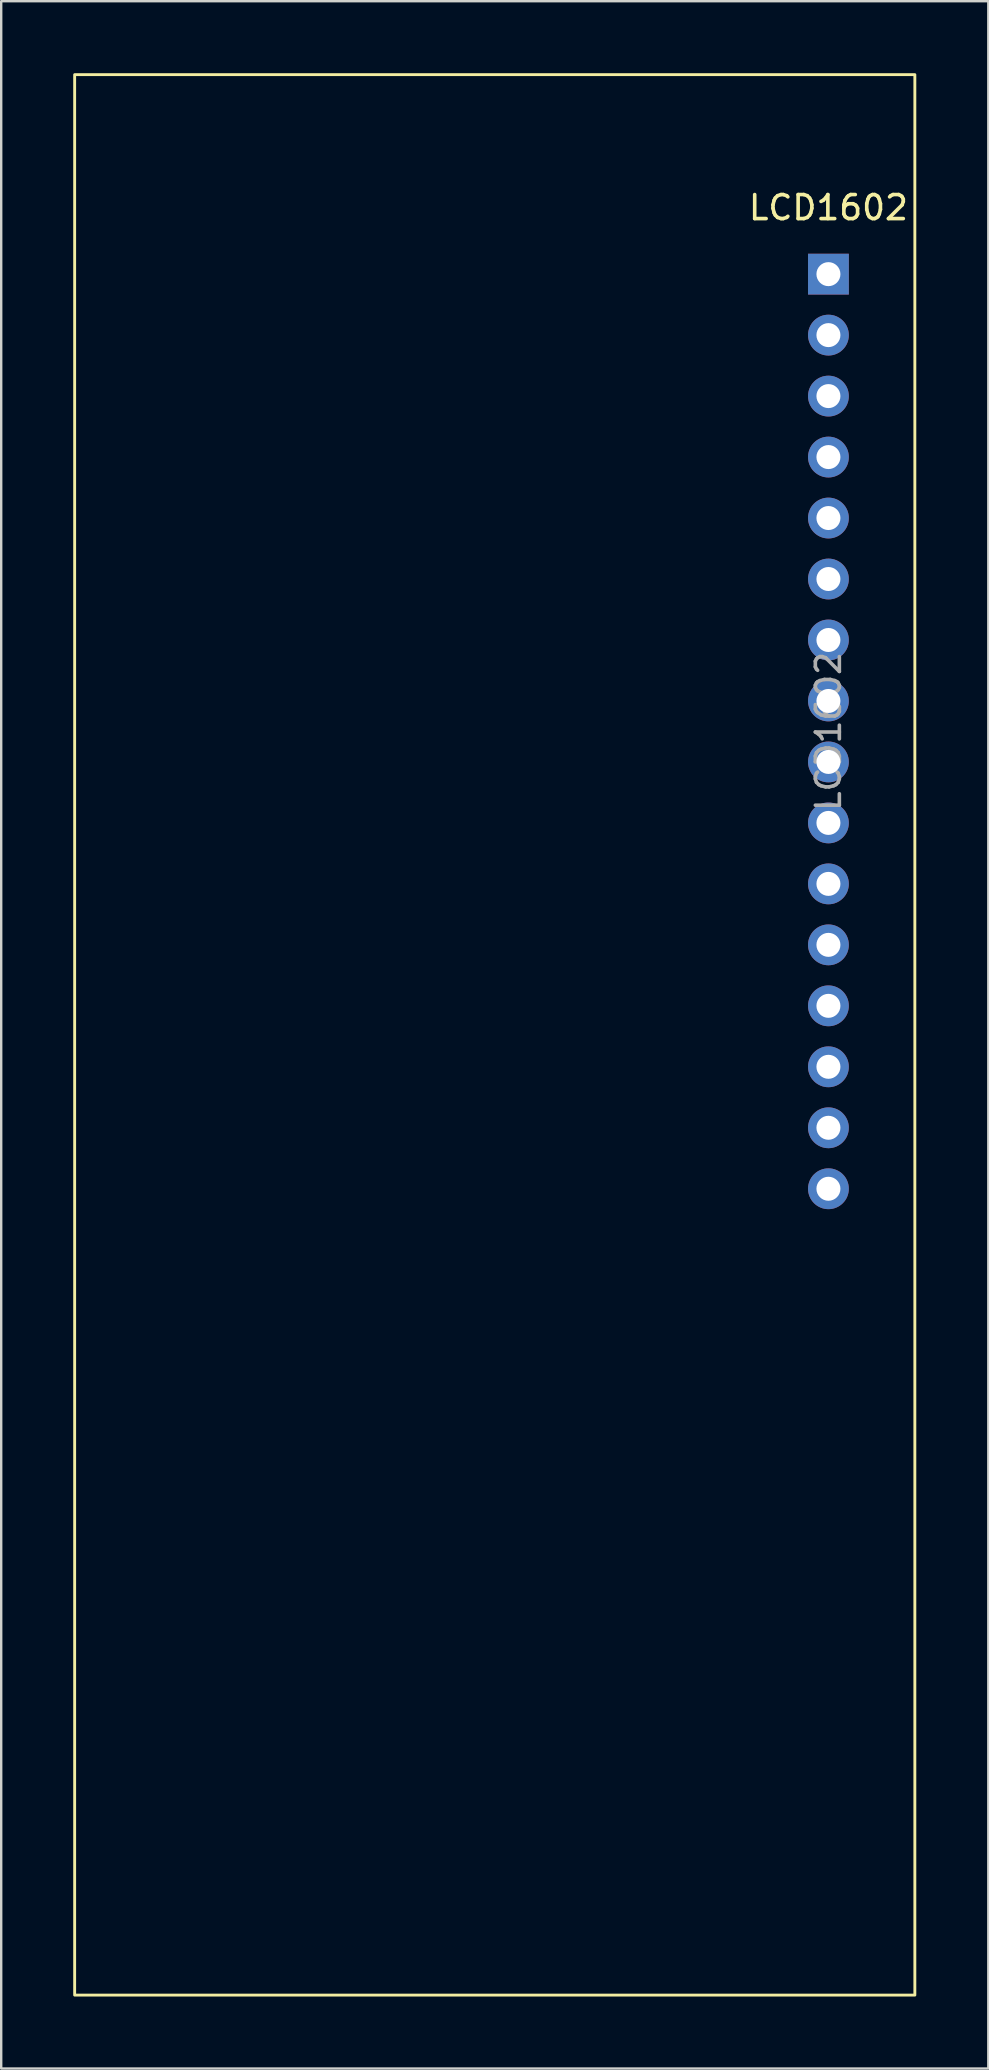
<source format=kicad_pcb>
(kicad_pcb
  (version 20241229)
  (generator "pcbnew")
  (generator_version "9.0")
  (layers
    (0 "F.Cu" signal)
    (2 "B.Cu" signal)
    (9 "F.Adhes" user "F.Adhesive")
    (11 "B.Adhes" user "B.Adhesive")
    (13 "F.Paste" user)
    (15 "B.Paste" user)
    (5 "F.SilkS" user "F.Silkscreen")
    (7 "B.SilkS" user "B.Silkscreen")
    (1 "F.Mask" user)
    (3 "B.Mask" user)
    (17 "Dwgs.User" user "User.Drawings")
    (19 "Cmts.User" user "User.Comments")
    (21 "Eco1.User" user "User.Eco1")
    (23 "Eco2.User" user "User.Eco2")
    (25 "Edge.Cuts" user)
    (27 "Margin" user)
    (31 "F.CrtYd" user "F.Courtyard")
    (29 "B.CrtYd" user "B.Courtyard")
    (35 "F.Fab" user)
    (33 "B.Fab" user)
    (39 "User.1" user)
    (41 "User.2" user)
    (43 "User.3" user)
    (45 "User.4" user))
  (footprint "LCD1602"
    (layer "F.Cu")
    (at 31.46 8.37)
    (property "Reference" "LCD1602" (at 0 -2.77 0) (layer "F.SilkS") (effects (font (size 1 1) (thickness 0.15))))
    (attr through_hole)
    (fp_rect (start -31.4 -8.31) (end 3.6 71.69) (stroke (width 0.12) (type default)) (fill no) (layer "F.SilkS"))
    (fp_text user "${REFERENCE}" (at 0 19.05 90) (layer "F.Fab") (effects (font (size 1 1) (thickness 0.15))))
    (pad "1" thru_hole rect (at 0 0) (size 1.7 1.7) (drill 1) (layers "*.Cu" "*.Mask"))
    (pad "2" thru_hole oval (at 0 2.54) (size 1.7 1.7) (drill 1) (layers "*.Cu" "*.Mask"))
    (pad "3" thru_hole oval (at 0 5.08) (size 1.7 1.7) (drill 1) (layers "*.Cu" "*.Mask"))
    (pad "4" thru_hole oval (at 0 7.62) (size 1.7 1.7) (drill 1) (layers "*.Cu" "*.Mask"))
    (pad "5" thru_hole oval (at 0 10.16) (size 1.7 1.7) (drill 1) (layers "*.Cu" "*.Mask"))
    (pad "6" thru_hole oval (at 0 12.7) (size 1.7 1.7) (drill 1) (layers "*.Cu" "*.Mask"))
    (pad "7" thru_hole oval (at 0 15.24) (size 1.7 1.7) (drill 1) (layers "*.Cu" "*.Mask"))
    (pad "8" thru_hole oval (at 0 17.78) (size 1.7 1.7) (drill 1) (layers "*.Cu" "*.Mask"))
    (pad "9" thru_hole oval (at 0 20.32) (size 1.7 1.7) (drill 1) (layers "*.Cu" "*.Mask"))
    (pad "10" thru_hole oval (at 0 22.86) (size 1.7 1.7) (drill 1) (layers "*.Cu" "*.Mask"))
    (pad "11" thru_hole oval (at 0 25.4) (size 1.7 1.7) (drill 1) (layers "*.Cu" "*.Mask"))
    (pad "12" thru_hole oval (at 0 27.94) (size 1.7 1.7) (drill 1) (layers "*.Cu" "*.Mask"))
    (pad "13" thru_hole oval (at 0 30.48) (size 1.7 1.7) (drill 1) (layers "*.Cu" "*.Mask"))
    (pad "14" thru_hole oval (at 0 33.02) (size 1.7 1.7) (drill 1) (layers "*.Cu" "*.Mask"))
    (pad "15" thru_hole oval (at 0 35.56) (size 1.7 1.7) (drill 1) (layers "*.Cu" "*.Mask"))
    (pad "16" thru_hole oval (at 0 38.1) (size 1.7 1.7) (drill 1) (layers "*.Cu" "*.Mask")))
  (gr_rect
    (start -3 -3)
    (end 38.12 83.12)
    (stroke (width 0.1) (type default))
    (fill no)
    (layer "Edge.Cuts")))
</source>
